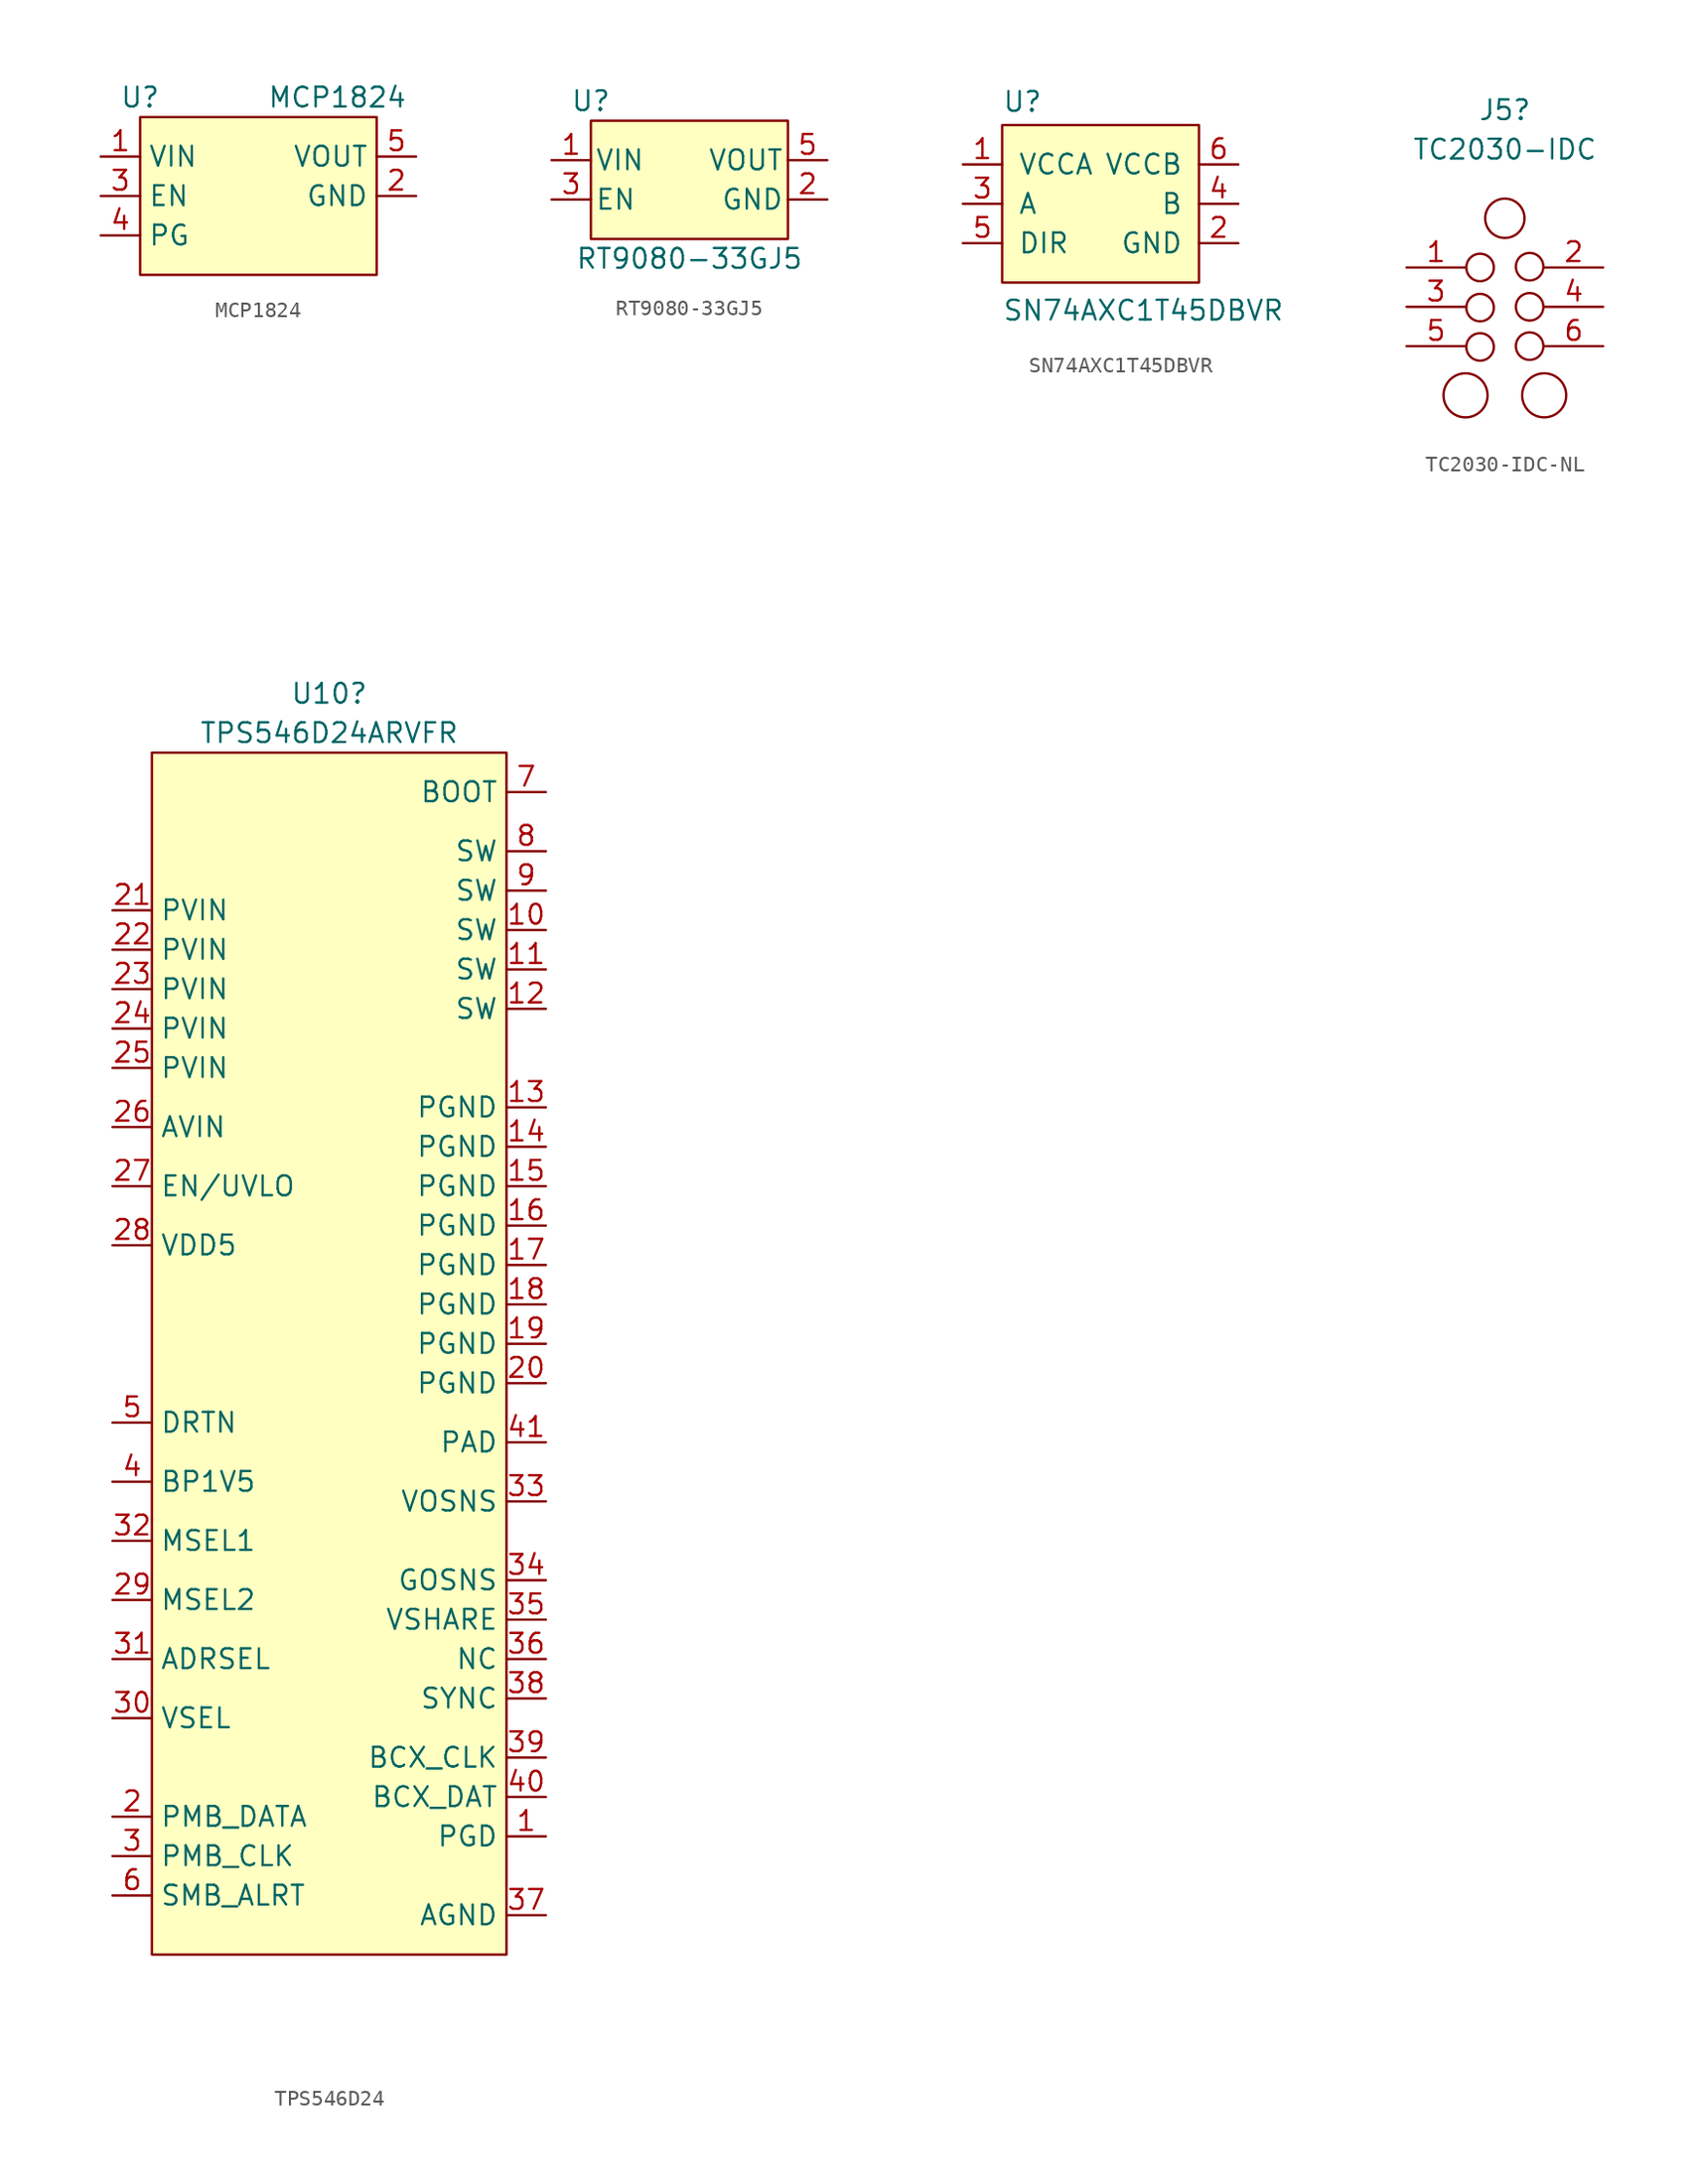
<source format=kicad_sym>
(kicad_symbol_lib
  (version 20241209)
  (generator "kicad_symbol_editor")
  (generator_version "9.0")
  (symbol "MCP1824"
    (property "Reference" "U"
      (at -7.62 5.08 0)
      (effects (font (size 1.27 1.27))))
    (property "Value" "MCP1824"
      (at 5.08 5.08 0)
      (effects (font (size 1.27 1.27))))
    (symbol "MCP1824_0_1"
      (rectangle (start -7.62 3.81) (end 7.62 -6.35) (stroke (width 0.152) (type default)) (fill (type background))))
    (symbol "MCP1824_1_0"
      (pin bidirectional line (at -10.16 1.27 0) (length 2.54) (name "VIN" (effects (font (size 1.27 1.27)))) (number "1" (effects (font (size 1.27 1.27)))))
      (pin bidirectional line (at -10.16 -1.27 0) (length 2.54) (name "EN" (effects (font (size 1.27 1.27)))) (number "3" (effects (font (size 1.27 1.27)))))
      (pin bidirectional line (at -10.16 -3.81 0) (length 2.54) (name "PG" (effects (font (size 1.27 1.27)))) (number "4" (effects (font (size 1.27 1.27)))))
      (pin bidirectional line (at 10.16 1.27 180) (length 2.54) (name "VOUT" (effects (font (size 1.27 1.27)))) (number "5" (effects (font (size 1.27 1.27)))))
      (pin bidirectional line (at 10.16 -1.27 180) (length 2.54) (name "GND" (effects (font (size 1.27 1.27)))) (number "2" (effects (font (size 1.27 1.27)))))))
  (symbol "RT9080-33GJ5"
    (pin_names
      (offset 0.254))
    (property "Reference" "U"
      (at -6.35 5.08 0)
      (effects (font (size 1.27 1.27))))
    (property "Value" "RT9080-33GJ5"
      (at 0 -5.08 0)
      (effects (font (size 1.27 1.27))))
    (property "Datasheet" ""
      (at -8.89 1.27 0)
      (effects (font (size 1.524 1.524))))
    (property "ki_locked" ""
      (at 0 0 0)
      (effects (font (size 1.27 1.27))))
    (symbol "RT9080-33GJ5_1_1"
      (rectangle (start -6.35 3.81) (end 6.35 -3.81) (stroke (width 0.152) (type default)) (fill (type background)))
      (pin power_in line (at -8.89 1.27 0) (length 2.54) (name "VIN" (effects (font (size 1.27 1.27)))) (number "1" (effects (font (size 1.27 1.27)))))
      (pin input line (at -8.89 -1.27 0) (length 2.54) (name "EN" (effects (font (size 1.27 1.27)))) (number "3" (effects (font (size 1.27 1.27)))))
      (pin no_connect line (at 0 6.35 270) (length 2.54) (hide yes) (name "NC" (effects (font (size 1.27 1.27)))) (number "4" (effects (font (size 1.27 1.27)))))
      (pin output line (at 8.89 1.27 180) (length 2.54) (name "VOUT" (effects (font (size 1.27 1.27)))) (number "5" (effects (font (size 1.27 1.27)))))
      (pin power_in line (at 8.89 -1.27 180) (length 2.54) (name "GND" (effects (font (size 1.27 1.27)))) (number "2" (effects (font (size 1.27 1.27)))))))
  (symbol "SN74AXC1T45DBVR"
    (pin_names
      (offset 1.016))
    (property "Reference" "U"
      (at -10.16 10.922 0)
      (effects (font (size 1.27 1.27)) (justify left bottom)))
    (property "Value" "SN74AXC1T45DBVR"
      (at -10.16 -2.54 0)
      (effects (font (size 1.27 1.27)) (justify left bottom)))
    (symbol "SN74AXC1T45DBVR_0_0"
      (rectangle (start -10.16 10.16) (end 2.54 0) (stroke (width 0.152) (type default)) (fill (type background)))
      (pin power_in line (at -12.7 7.62 0) (length 2.54) (name "VCCA" (effects (font (size 1.27 1.27)))) (number "1" (effects (font (size 1.27 1.27)))))
      (pin bidirectional line (at -12.7 5.08 0) (length 2.54) (name "A" (effects (font (size 1.27 1.27)))) (number "3" (effects (font (size 1.27 1.27)))))
      (pin input line (at -12.7 2.54 0) (length 2.54) (name "DIR" (effects (font (size 1.27 1.27)))) (number "5" (effects (font (size 1.27 1.27)))))
      (pin power_in line (at 5.08 7.62 180) (length 2.54) (name "VCCB" (effects (font (size 1.27 1.27)))) (number "6" (effects (font (size 1.27 1.27)))))
      (pin bidirectional line (at 5.08 5.08 180) (length 2.54) (name "B" (effects (font (size 1.27 1.27)))) (number "4" (effects (font (size 1.27 1.27)))))
      (pin power_in line (at 5.08 2.54 180) (length 2.54) (name "GND" (effects (font (size 1.27 1.27)))) (number "2" (effects (font (size 1.27 1.27)))))))
  (symbol "TC2030-IDC-NL"
    (pin_names
      (offset 1.016)
      (hide yes))
    (property "Reference" "J5"
      (at 0 12.7 0)
      (effects (font (size 1.27 1.27))))
    (property "Value" "TC2030-IDC"
      (at 0 10.16 0)
      (effects (font (size 1.27 1.27))))
    (symbol "TC2030-IDC-NL_0_1"
      (circle (center -2.54 -5.715) (radius 1.422) (stroke (width 0) (type default)) (fill (type none)))
      (circle (center -1.6 2.54) (radius 0.889) (stroke (width 0) (type default)) (fill (type none)))
      (circle (center 0 5.715) (radius 1.27) (stroke (width 0) (type default)) (fill (type none))))
    (symbol "TC2030-IDC-NL_1_1"
      (circle (center -1.6 -0.051) (radius 0.889) (stroke (width 0) (type default)) (fill (type none)))
      (circle (center -1.6 -2.591) (radius 0.889) (stroke (width 0) (type default)) (fill (type none)))
      (circle (center 1.6 2.591) (radius 0.889) (stroke (width 0) (type default)) (fill (type none)))
      (circle (center 1.6 0) (radius 0.889) (stroke (width 0) (type default)) (fill (type none)))
      (circle (center 1.6 -2.54) (radius 0.889) (stroke (width 0) (type default)) (fill (type none)))
      (circle (center 2.54 -5.715) (radius 1.422) (stroke (width 0) (type default)) (fill (type none)))
      (pin passive line (at -6.35 2.54 0) (length 3.81) (name "Pin_1" (effects (font (size 1.27 1.27)))) (number "1" (effects (font (size 1.27 1.27)))))
      (pin passive line (at -6.35 0 0) (length 3.81) (name "Pin_3" (effects (font (size 1.27 1.27)))) (number "3" (effects (font (size 1.27 1.27)))))
      (pin passive line (at -6.35 -2.54 0) (length 3.81) (name "Pin_5" (effects (font (size 1.27 1.27)))) (number "5" (effects (font (size 1.27 1.27)))))
      (pin passive line (at 6.35 2.54 180) (length 3.81) (name "Pin_2" (effects (font (size 1.27 1.27)))) (number "2" (effects (font (size 1.27 1.27)))))
      (pin passive line (at 6.35 0 180) (length 3.81) (name "Pin_4" (effects (font (size 1.27 1.27)))) (number "4" (effects (font (size 1.27 1.27)))))
      (pin passive line (at 6.35 -2.54 180) (length 3.81) (name "Pin_6" (effects (font (size 1.27 1.27)))) (number "6" (effects (font (size 1.27 1.27)))))))
  (symbol "TPS546D24"
    (property "Reference" "U10"
      (at 0 45.72 0)
      (effects (font (size 1.27 1.27))))
    (property "Value" "TPS546D24ARVFR"
      (at 0 43.18 0)
      (effects (font (size 1.27 1.27))))
    (symbol "TPS546D24_0_1"
      (rectangle (start -11.43 41.91) (end 11.43 -35.56) (stroke (width 0.152) (type default)) (fill (type background))))
    (symbol "TPS546D24_1_1"
      (pin input line (at -13.97 31.75 0) (length 2.54) (name "PVIN" (effects (font (size 1.27 1.27)))) (number "21" (effects (font (size 1.27 1.27)))))
      (pin input line (at -13.97 29.21 0) (length 2.54) (name "PVIN" (effects (font (size 1.27 1.27)))) (number "22" (effects (font (size 1.27 1.27)))))
      (pin input line (at -13.97 26.67 0) (length 2.54) (name "PVIN" (effects (font (size 1.27 1.27)))) (number "23" (effects (font (size 1.27 1.27)))))
      (pin input line (at -13.97 24.13 0) (length 2.54) (name "PVIN" (effects (font (size 1.27 1.27)))) (number "24" (effects (font (size 1.27 1.27)))))
      (pin input line (at -13.97 21.59 0) (length 2.54) (name "PVIN" (effects (font (size 1.27 1.27)))) (number "25" (effects (font (size 1.27 1.27)))))
      (pin input line (at -13.97 17.78 0) (length 2.54) (name "AVIN" (effects (font (size 1.27 1.27)))) (number "26" (effects (font (size 1.27 1.27)))))
      (pin input line (at -13.97 13.97 0) (length 2.54) (name "EN/UVLO" (effects (font (size 1.27 1.27)))) (number "27" (effects (font (size 1.27 1.27)))))
      (pin output line (at -13.97 10.16 0) (length 2.54) (name "VDD5" (effects (font (size 1.27 1.27)))) (number "28" (effects (font (size 1.27 1.27)))))
      (pin input line (at -13.97 -1.27 0) (length 2.54) (name "DRTN" (effects (font (size 1.27 1.27)))) (number "5" (effects (font (size 1.27 1.27)))))
      (pin input line (at -13.97 -5.08 0) (length 2.54) (name "BP1V5" (effects (font (size 1.27 1.27)))) (number "4" (effects (font (size 1.27 1.27)))))
      (pin input line (at -13.97 -8.89 0) (length 2.54) (name "MSEL1" (effects (font (size 1.27 1.27)))) (number "32" (effects (font (size 1.27 1.27)))))
      (pin input line (at -13.97 -12.7 0) (length 2.54) (name "MSEL2" (effects (font (size 1.27 1.27)))) (number "29" (effects (font (size 1.27 1.27)))))
      (pin input line (at -13.97 -16.51 0) (length 2.54) (name "ADRSEL" (effects (font (size 1.27 1.27)))) (number "31" (effects (font (size 1.27 1.27)))))
      (pin input line (at -13.97 -20.32 0) (length 2.54) (name "VSEL" (effects (font (size 1.27 1.27)))) (number "30" (effects (font (size 1.27 1.27)))))
      (pin input line (at -13.97 -26.67 0) (length 2.54) (name "PMB_DATA" (effects (font (size 1.27 1.27)))) (number "2" (effects (font (size 1.27 1.27)))))
      (pin input line (at -13.97 -29.21 0) (length 2.54) (name "PMB_CLK" (effects (font (size 1.27 1.27)))) (number "3" (effects (font (size 1.27 1.27)))))
      (pin input line (at -13.97 -31.75 0) (length 2.54) (name "SMB_ALRT" (effects (font (size 1.27 1.27)))) (number "6" (effects (font (size 1.27 1.27)))))
      (pin input line (at 13.97 39.37 180) (length 2.54) (name "BOOT" (effects (font (size 1.27 1.27)))) (number "7" (effects (font (size 1.27 1.27)))))
      (pin output line (at 13.97 35.56 180) (length 2.54) (name "SW" (effects (font (size 1.27 1.27)))) (number "8" (effects (font (size 1.27 1.27)))))
      (pin power_in line (at 13.97 33.02 180) (length 2.54) (name "SW" (effects (font (size 1.27 1.27)))) (number "9" (effects (font (size 1.27 1.27)))))
      (pin power_in line (at 13.97 30.48 180) (length 2.54) (name "SW" (effects (font (size 1.27 1.27)))) (number "10" (effects (font (size 1.27 1.27)))))
      (pin output line (at 13.97 27.94 180) (length 2.54) (name "SW" (effects (font (size 1.27 1.27)))) (number "11" (effects (font (size 1.27 1.27)))))
      (pin power_out line (at 13.97 25.4 180) (length 2.54) (name "SW" (effects (font (size 1.27 1.27)))) (number "12" (effects (font (size 1.27 1.27)))))
      (pin output line (at 13.97 19.05 180) (length 2.54) (name "PGND" (effects (font (size 1.27 1.27)))) (number "13" (effects (font (size 1.27 1.27)))))
      (pin output line (at 13.97 16.51 180) (length 2.54) (name "PGND" (effects (font (size 1.27 1.27)))) (number "14" (effects (font (size 1.27 1.27)))))
      (pin input line (at 13.97 13.97 180) (length 2.54) (name "PGND" (effects (font (size 1.27 1.27)))) (number "15" (effects (font (size 1.27 1.27)))))
      (pin input line (at 13.97 11.43 180) (length 2.54) (name "PGND" (effects (font (size 1.27 1.27)))) (number "16" (effects (font (size 1.27 1.27)))))
      (pin power_in line (at 13.97 8.89 180) (length 2.54) (name "PGND" (effects (font (size 1.27 1.27)))) (number "17" (effects (font (size 1.27 1.27)))))
      (pin input line (at 13.97 6.35 180) (length 2.54) (name "PGND" (effects (font (size 1.27 1.27)))) (number "18" (effects (font (size 1.27 1.27)))))
      (pin input line (at 13.97 3.81 180) (length 2.54) (name "PGND" (effects (font (size 1.27 1.27)))) (number "19" (effects (font (size 1.27 1.27)))))
      (pin power_in line (at 13.97 1.27 180) (length 2.54) (name "PGND" (effects (font (size 1.27 1.27)))) (number "20" (effects (font (size 1.27 1.27)))))
      (pin power_in line (at 13.97 -2.54 180) (length 2.54) (name "PAD" (effects (font (size 1.27 1.27)))) (number "41" (effects (font (size 1.27 1.27)))))
      (pin output line (at 13.97 -6.35 180) (length 2.54) (name "VOSNS" (effects (font (size 1.27 1.27)))) (number "33" (effects (font (size 1.27 1.27)))))
      (pin output line (at 13.97 -11.43 180) (length 2.54) (name "GOSNS" (effects (font (size 1.27 1.27)))) (number "34" (effects (font (size 1.27 1.27)))))
      (pin input line (at 13.97 -13.97 180) (length 2.54) (name "VSHARE" (effects (font (size 1.27 1.27)))) (number "35" (effects (font (size 1.27 1.27)))))
      (pin input line (at 13.97 -16.51 180) (length 2.54) (name "NC" (effects (font (size 1.27 1.27)))) (number "36" (effects (font (size 1.27 1.27)))))
      (pin input line (at 13.97 -19.05 180) (length 2.54) (name "SYNC" (effects (font (size 1.27 1.27)))) (number "38" (effects (font (size 1.27 1.27)))))
      (pin input line (at 13.97 -22.86 180) (length 2.54) (name "BCX_CLK" (effects (font (size 1.27 1.27)))) (number "39" (effects (font (size 1.27 1.27)))))
      (pin input line (at 13.97 -25.4 180) (length 2.54) (name "BCX_DAT" (effects (font (size 1.27 1.27)))) (number "40" (effects (font (size 1.27 1.27)))))
      (pin input line (at 13.97 -27.94 180) (length 2.54) (name "PGD" (effects (font (size 1.27 1.27)))) (number "1" (effects (font (size 1.27 1.27)))))
      (pin power_in line (at 13.97 -33.02 180) (length 2.54) (name "AGND" (effects (font (size 1.27 1.27)))) (number "37" (effects (font (size 1.27 1.27))))))))
</source>
